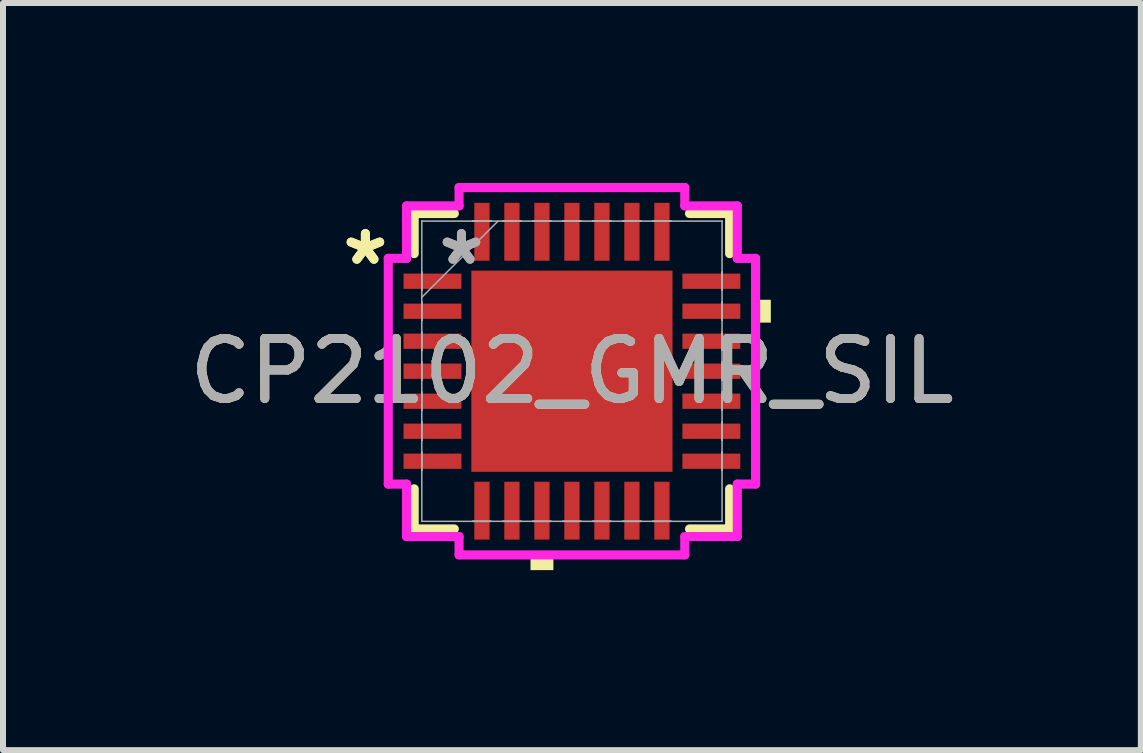
<source format=kicad_pcb>
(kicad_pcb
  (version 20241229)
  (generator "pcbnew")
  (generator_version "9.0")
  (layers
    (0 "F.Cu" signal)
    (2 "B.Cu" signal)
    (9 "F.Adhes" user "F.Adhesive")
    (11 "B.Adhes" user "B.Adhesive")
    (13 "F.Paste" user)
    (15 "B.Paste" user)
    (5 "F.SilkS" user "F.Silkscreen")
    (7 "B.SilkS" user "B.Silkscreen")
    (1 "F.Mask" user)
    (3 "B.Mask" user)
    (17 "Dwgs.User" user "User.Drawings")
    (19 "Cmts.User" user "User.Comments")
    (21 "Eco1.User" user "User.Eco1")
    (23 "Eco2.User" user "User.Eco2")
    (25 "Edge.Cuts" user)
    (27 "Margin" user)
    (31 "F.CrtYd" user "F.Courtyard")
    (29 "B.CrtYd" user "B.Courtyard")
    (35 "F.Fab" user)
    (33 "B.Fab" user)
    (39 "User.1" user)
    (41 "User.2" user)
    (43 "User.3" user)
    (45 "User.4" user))
  (footprint "CP2102_GMR_SIL"
    (layer "F.Cu")
    (at 6.482 3.137)
    (property "Reference" "CP2102_GMR_SIL" (at 0 0 0) (unlocked yes) (layer "F.SilkS") (effects (font (size 1 1) (thickness 0.15))))
    (attr smd)
    (fp_line (start -2.629 -2.629) (end -2.629 -1.96) (stroke (width 0.152) (type solid)) (layer "F.SilkS"))
    (fp_line (start -2.629 1.96) (end -2.629 2.629) (stroke (width 0.152) (type solid)) (layer "F.SilkS"))
    (fp_line (start -2.629 2.629) (end -1.96 2.629) (stroke (width 0.152) (type solid)) (layer "F.SilkS"))
    (fp_line (start -1.96 -2.629) (end -2.629 -2.629) (stroke (width 0.152) (type solid)) (layer "F.SilkS"))
    (fp_line (start 1.96 2.629) (end 2.629 2.629) (stroke (width 0.152) (type solid)) (layer "F.SilkS"))
    (fp_line (start 2.629 -2.629) (end 1.96 -2.629) (stroke (width 0.152) (type solid)) (layer "F.SilkS"))
    (fp_line (start 2.629 -1.96) (end 2.629 -2.629) (stroke (width 0.152) (type solid)) (layer "F.SilkS"))
    (fp_line (start 2.629 2.629) (end 2.629 1.96) (stroke (width 0.152) (type solid)) (layer "F.SilkS"))
    (fp_poly (pts (xy -0.69 3.061) (xy -0.69 3.315) (xy -0.309 3.315) (xy -0.309 3.061)) (stroke (width 0) (type solid)) (fill yes) (layer "F.SilkS"))
    (fp_poly (pts (xy 3.315 -1.191) (xy 3.315 -0.81) (xy 3.061 -0.81) (xy 3.061 -1.191)) (stroke (width 0) (type solid)) (fill yes) (layer "F.SilkS"))
    (fp_poly (pts (xy -1.576 -1.576) (xy -1.576 -0.1) (xy -0.1 -0.1) (xy -0.1 -1.576)) (stroke (width 0) (type solid)) (fill yes) (layer "F.Paste"))
    (fp_poly (pts (xy -1.576 0.1) (xy -1.576 1.576) (xy -0.1 1.576) (xy -0.1 0.1)) (stroke (width 0) (type solid)) (fill yes) (layer "F.Paste"))
    (fp_poly (pts (xy 0.1 -1.576) (xy 0.1 -0.1) (xy 1.576 -0.1) (xy 1.576 -1.576)) (stroke (width 0) (type solid)) (fill yes) (layer "F.Paste"))
    (fp_poly (pts (xy 0.1 0.1) (xy 0.1 1.576) (xy 1.576 1.576) (xy 1.576 0.1)) (stroke (width 0) (type solid)) (fill yes) (layer "F.Paste"))
    (fp_line (start -3.061 -1.881) (end -2.756 -1.881) (stroke (width 0.152) (type solid)) (layer "F.CrtYd"))
    (fp_line (start -3.061 1.881) (end -3.061 -1.881) (stroke (width 0.152) (type solid)) (layer "F.CrtYd"))
    (fp_line (start -2.756 -2.756) (end -1.881 -2.756) (stroke (width 0.152) (type solid)) (layer "F.CrtYd"))
    (fp_line (start -2.756 -1.881) (end -2.756 -2.756) (stroke (width 0.152) (type solid)) (layer "F.CrtYd"))
    (fp_line (start -2.756 1.881) (end -3.061 1.881) (stroke (width 0.152) (type solid)) (layer "F.CrtYd"))
    (fp_line (start -2.756 2.756) (end -2.756 1.881) (stroke (width 0.152) (type solid)) (layer "F.CrtYd"))
    (fp_line (start -1.881 -3.061) (end 1.881 -3.061) (stroke (width 0.152) (type solid)) (layer "F.CrtYd"))
    (fp_line (start -1.881 -2.756) (end -1.881 -3.061) (stroke (width 0.152) (type solid)) (layer "F.CrtYd"))
    (fp_line (start -1.881 2.756) (end -2.756 2.756) (stroke (width 0.152) (type solid)) (layer "F.CrtYd"))
    (fp_line (start -1.881 3.061) (end -1.881 2.756) (stroke (width 0.152) (type solid)) (layer "F.CrtYd"))
    (fp_line (start 1.881 -3.061) (end 1.881 -2.756) (stroke (width 0.152) (type solid)) (layer "F.CrtYd"))
    (fp_line (start 1.881 -2.756) (end 2.756 -2.756) (stroke (width 0.152) (type solid)) (layer "F.CrtYd"))
    (fp_line (start 1.881 2.756) (end 1.881 3.061) (stroke (width 0.152) (type solid)) (layer "F.CrtYd"))
    (fp_line (start 1.881 3.061) (end -1.881 3.061) (stroke (width 0.152) (type solid)) (layer "F.CrtYd"))
    (fp_line (start 2.756 -2.756) (end 2.756 -1.881) (stroke (width 0.152) (type solid)) (layer "F.CrtYd"))
    (fp_line (start 2.756 -1.881) (end 3.061 -1.881) (stroke (width 0.152) (type solid)) (layer "F.CrtYd"))
    (fp_line (start 2.756 1.881) (end 2.756 2.756) (stroke (width 0.152) (type solid)) (layer "F.CrtYd"))
    (fp_line (start 2.756 2.756) (end 1.881 2.756) (stroke (width 0.152) (type solid)) (layer "F.CrtYd"))
    (fp_line (start 3.061 -1.881) (end 3.061 1.881) (stroke (width 0.152) (type solid)) (layer "F.CrtYd"))
    (fp_line (start 3.061 1.881) (end 2.756 1.881) (stroke (width 0.152) (type solid)) (layer "F.CrtYd"))
    (fp_line (start -2.502 -2.502) (end -2.502 -2.502) (stroke (width 0.025) (type solid)) (layer "F.Fab"))
    (fp_line (start -2.502 -2.502) (end -2.502 2.502) (stroke (width 0.025) (type solid)) (layer "F.Fab"))
    (fp_line (start -2.502 -1.652) (end -2.502 -1.652) (stroke (width 0.025) (type solid)) (layer "F.Fab"))
    (fp_line (start -2.502 -1.652) (end -2.502 -1.348) (stroke (width 0.025) (type solid)) (layer "F.Fab"))
    (fp_line (start -2.502 -1.348) (end -2.502 -1.652) (stroke (width 0.025) (type solid)) (layer "F.Fab"))
    (fp_line (start -2.502 -1.348) (end -2.502 -1.348) (stroke (width 0.025) (type solid)) (layer "F.Fab"))
    (fp_line (start -2.502 -1.232) (end -1.232 -2.502) (stroke (width 0.025) (type solid)) (layer "F.Fab"))
    (fp_line (start -2.502 -1.152) (end -2.502 -1.152) (stroke (width 0.025) (type solid)) (layer "F.Fab"))
    (fp_line (start -2.502 -1.152) (end -2.502 -0.848) (stroke (width 0.025) (type solid)) (layer "F.Fab"))
    (fp_line (start -2.502 -0.848) (end -2.502 -1.152) (stroke (width 0.025) (type solid)) (layer "F.Fab"))
    (fp_line (start -2.502 -0.848) (end -2.502 -0.848) (stroke (width 0.025) (type solid)) (layer "F.Fab"))
    (fp_line (start -2.502 -0.652) (end -2.502 -0.652) (stroke (width 0.025) (type solid)) (layer "F.Fab"))
    (fp_line (start -2.502 -0.652) (end -2.502 -0.348) (stroke (width 0.025) (type solid)) (layer "F.Fab"))
    (fp_line (start -2.502 -0.348) (end -2.502 -0.652) (stroke (width 0.025) (type solid)) (layer "F.Fab"))
    (fp_line (start -2.502 -0.348) (end -2.502 -0.348) (stroke (width 0.025) (type solid)) (layer "F.Fab"))
    (fp_line (start -2.502 -0.152) (end -2.502 -0.152) (stroke (width 0.025) (type solid)) (layer "F.Fab"))
    (fp_line (start -2.502 -0.152) (end -2.502 0.152) (stroke (width 0.025) (type solid)) (layer "F.Fab"))
    (fp_line (start -2.502 0.152) (end -2.502 -0.152) (stroke (width 0.025) (type solid)) (layer "F.Fab"))
    (fp_line (start -2.502 0.152) (end -2.502 0.152) (stroke (width 0.025) (type solid)) (layer "F.Fab"))
    (fp_line (start -2.502 0.348) (end -2.502 0.348) (stroke (width 0.025) (type solid)) (layer "F.Fab"))
    (fp_line (start -2.502 0.348) (end -2.502 0.652) (stroke (width 0.025) (type solid)) (layer "F.Fab"))
    (fp_line (start -2.502 0.652) (end -2.502 0.348) (stroke (width 0.025) (type solid)) (layer "F.Fab"))
    (fp_line (start -2.502 0.652) (end -2.502 0.652) (stroke (width 0.025) (type solid)) (layer "F.Fab"))
    (fp_line (start -2.502 0.848) (end -2.502 0.848) (stroke (width 0.025) (type solid)) (layer "F.Fab"))
    (fp_line (start -2.502 0.848) (end -2.502 1.152) (stroke (width 0.025) (type solid)) (layer "F.Fab"))
    (fp_line (start -2.502 1.152) (end -2.502 0.848) (stroke (width 0.025) (type solid)) (layer "F.Fab"))
    (fp_line (start -2.502 1.152) (end -2.502 1.152) (stroke (width 0.025) (type solid)) (layer "F.Fab"))
    (fp_line (start -2.502 1.348) (end -2.502 1.348) (stroke (width 0.025) (type solid)) (layer "F.Fab"))
    (fp_line (start -2.502 1.348) (end -2.502 1.652) (stroke (width 0.025) (type solid)) (layer "F.Fab"))
    (fp_line (start -2.502 1.652) (end -2.502 1.348) (stroke (width 0.025) (type solid)) (layer "F.Fab"))
    (fp_line (start -2.502 1.652) (end -2.502 1.652) (stroke (width 0.025) (type solid)) (layer "F.Fab"))
    (fp_line (start -2.502 2.502) (end -2.502 2.502) (stroke (width 0.025) (type solid)) (layer "F.Fab"))
    (fp_line (start -2.502 2.502) (end 2.502 2.502) (stroke (width 0.025) (type solid)) (layer "F.Fab"))
    (fp_line (start -1.652 -2.502) (end -1.652 -2.502) (stroke (width 0.025) (type solid)) (layer "F.Fab"))
    (fp_line (start -1.652 -2.502) (end -1.348 -2.502) (stroke (width 0.025) (type solid)) (layer "F.Fab"))
    (fp_line (start -1.652 2.502) (end -1.652 2.502) (stroke (width 0.025) (type solid)) (layer "F.Fab"))
    (fp_line (start -1.652 2.502) (end -1.348 2.502) (stroke (width 0.025) (type solid)) (layer "F.Fab"))
    (fp_line (start -1.348 -2.502) (end -1.652 -2.502) (stroke (width 0.025) (type solid)) (layer "F.Fab"))
    (fp_line (start -1.348 -2.502) (end -1.348 -2.502) (stroke (width 0.025) (type solid)) (layer "F.Fab"))
    (fp_line (start -1.348 2.502) (end -1.652 2.502) (stroke (width 0.025) (type solid)) (layer "F.Fab"))
    (fp_line (start -1.348 2.502) (end -1.348 2.502) (stroke (width 0.025) (type solid)) (layer "F.Fab"))
    (fp_line (start -1.152 -2.502) (end -1.152 -2.502) (stroke (width 0.025) (type solid)) (layer "F.Fab"))
    (fp_line (start -1.152 -2.502) (end -0.848 -2.502) (stroke (width 0.025) (type solid)) (layer "F.Fab"))
    (fp_line (start -1.152 2.502) (end -1.152 2.502) (stroke (width 0.025) (type solid)) (layer "F.Fab"))
    (fp_line (start -1.152 2.502) (end -0.848 2.502) (stroke (width 0.025) (type solid)) (layer "F.Fab"))
    (fp_line (start -0.848 -2.502) (end -1.152 -2.502) (stroke (width 0.025) (type solid)) (layer "F.Fab"))
    (fp_line (start -0.848 -2.502) (end -0.848 -2.502) (stroke (width 0.025) (type solid)) (layer "F.Fab"))
    (fp_line (start -0.848 2.502) (end -1.152 2.502) (stroke (width 0.025) (type solid)) (layer "F.Fab"))
    (fp_line (start -0.848 2.502) (end -0.848 2.502) (stroke (width 0.025) (type solid)) (layer "F.Fab"))
    (fp_line (start -0.652 -2.502) (end -0.652 -2.502) (stroke (width 0.025) (type solid)) (layer "F.Fab"))
    (fp_line (start -0.652 -2.502) (end -0.348 -2.502) (stroke (width 0.025) (type solid)) (layer "F.Fab"))
    (fp_line (start -0.652 2.502) (end -0.652 2.502) (stroke (width 0.025) (type solid)) (layer "F.Fab"))
    (fp_line (start -0.652 2.502) (end -0.348 2.502) (stroke (width 0.025) (type solid)) (layer "F.Fab"))
    (fp_line (start -0.348 -2.502) (end -0.652 -2.502) (stroke (width 0.025) (type solid)) (layer "F.Fab"))
    (fp_line (start -0.348 -2.502) (end -0.348 -2.502) (stroke (width 0.025) (type solid)) (layer "F.Fab"))
    (fp_line (start -0.348 2.502) (end -0.652 2.502) (stroke (width 0.025) (type solid)) (layer "F.Fab"))
    (fp_line (start -0.348 2.502) (end -0.348 2.502) (stroke (width 0.025) (type solid)) (layer "F.Fab"))
    (fp_line (start -0.152 -2.502) (end -0.152 -2.502) (stroke (width 0.025) (type solid)) (layer "F.Fab"))
    (fp_line (start -0.152 -2.502) (end 0.152 -2.502) (stroke (width 0.025) (type solid)) (layer "F.Fab"))
    (fp_line (start -0.152 2.502) (end -0.152 2.502) (stroke (width 0.025) (type solid)) (layer "F.Fab"))
    (fp_line (start -0.152 2.502) (end 0.152 2.502) (stroke (width 0.025) (type solid)) (layer "F.Fab"))
    (fp_line (start 0.152 -2.502) (end -0.152 -2.502) (stroke (width 0.025) (type solid)) (layer "F.Fab"))
    (fp_line (start 0.152 -2.502) (end 0.152 -2.502) (stroke (width 0.025) (type solid)) (layer "F.Fab"))
    (fp_line (start 0.152 2.502) (end -0.152 2.502) (stroke (width 0.025) (type solid)) (layer "F.Fab"))
    (fp_line (start 0.152 2.502) (end 0.152 2.502) (stroke (width 0.025) (type solid)) (layer "F.Fab"))
    (fp_line (start 0.348 -2.502) (end 0.348 -2.502) (stroke (width 0.025) (type solid)) (layer "F.Fab"))
    (fp_line (start 0.348 -2.502) (end 0.652 -2.502) (stroke (width 0.025) (type solid)) (layer "F.Fab"))
    (fp_line (start 0.348 2.502) (end 0.348 2.502) (stroke (width 0.025) (type solid)) (layer "F.Fab"))
    (fp_line (start 0.348 2.502) (end 0.652 2.502) (stroke (width 0.025) (type solid)) (layer "F.Fab"))
    (fp_line (start 0.652 -2.502) (end 0.348 -2.502) (stroke (width 0.025) (type solid)) (layer "F.Fab"))
    (fp_line (start 0.652 -2.502) (end 0.652 -2.502) (stroke (width 0.025) (type solid)) (layer "F.Fab"))
    (fp_line (start 0.652 2.502) (end 0.348 2.502) (stroke (width 0.025) (type solid)) (layer "F.Fab"))
    (fp_line (start 0.652 2.502) (end 0.652 2.502) (stroke (width 0.025) (type solid)) (layer "F.Fab"))
    (fp_line (start 0.848 -2.502) (end 0.848 -2.502) (stroke (width 0.025) (type solid)) (layer "F.Fab"))
    (fp_line (start 0.848 -2.502) (end 1.152 -2.502) (stroke (width 0.025) (type solid)) (layer "F.Fab"))
    (fp_line (start 0.848 2.502) (end 0.848 2.502) (stroke (width 0.025) (type solid)) (layer "F.Fab"))
    (fp_line (start 0.848 2.502) (end 1.152 2.502) (stroke (width 0.025) (type solid)) (layer "F.Fab"))
    (fp_line (start 1.152 -2.502) (end 0.848 -2.502) (stroke (width 0.025) (type solid)) (layer "F.Fab"))
    (fp_line (start 1.152 -2.502) (end 1.152 -2.502) (stroke (width 0.025) (type solid)) (layer "F.Fab"))
    (fp_line (start 1.152 2.502) (end 0.848 2.502) (stroke (width 0.025) (type solid)) (layer "F.Fab"))
    (fp_line (start 1.152 2.502) (end 1.152 2.502) (stroke (width 0.025) (type solid)) (layer "F.Fab"))
    (fp_line (start 1.348 -2.502) (end 1.348 -2.502) (stroke (width 0.025) (type solid)) (layer "F.Fab"))
    (fp_line (start 1.348 -2.502) (end 1.652 -2.502) (stroke (width 0.025) (type solid)) (layer "F.Fab"))
    (fp_line (start 1.348 2.502) (end 1.348 2.502) (stroke (width 0.025) (type solid)) (layer "F.Fab"))
    (fp_line (start 1.348 2.502) (end 1.652 2.502) (stroke (width 0.025) (type solid)) (layer "F.Fab"))
    (fp_line (start 1.652 -2.502) (end 1.348 -2.502) (stroke (width 0.025) (type solid)) (layer "F.Fab"))
    (fp_line (start 1.652 -2.502) (end 1.652 -2.502) (stroke (width 0.025) (type solid)) (layer "F.Fab"))
    (fp_line (start 1.652 2.502) (end 1.348 2.502) (stroke (width 0.025) (type solid)) (layer "F.Fab"))
    (fp_line (start 1.652 2.502) (end 1.652 2.502) (stroke (width 0.025) (type solid)) (layer "F.Fab"))
    (fp_line (start 2.502 -2.502) (end -2.502 -2.502) (stroke (width 0.025) (type solid)) (layer "F.Fab"))
    (fp_line (start 2.502 -2.502) (end 2.502 -2.502) (stroke (width 0.025) (type solid)) (layer "F.Fab"))
    (fp_line (start 2.502 -1.652) (end 2.502 -1.652) (stroke (width 0.025) (type solid)) (layer "F.Fab"))
    (fp_line (start 2.502 -1.652) (end 2.502 -1.348) (stroke (width 0.025) (type solid)) (layer "F.Fab"))
    (fp_line (start 2.502 -1.348) (end 2.502 -1.652) (stroke (width 0.025) (type solid)) (layer "F.Fab"))
    (fp_line (start 2.502 -1.348) (end 2.502 -1.348) (stroke (width 0.025) (type solid)) (layer "F.Fab"))
    (fp_line (start 2.502 -1.152) (end 2.502 -1.152) (stroke (width 0.025) (type solid)) (layer "F.Fab"))
    (fp_line (start 2.502 -1.152) (end 2.502 -0.848) (stroke (width 0.025) (type solid)) (layer "F.Fab"))
    (fp_line (start 2.502 -0.848) (end 2.502 -1.152) (stroke (width 0.025) (type solid)) (layer "F.Fab"))
    (fp_line (start 2.502 -0.848) (end 2.502 -0.848) (stroke (width 0.025) (type solid)) (layer "F.Fab"))
    (fp_line (start 2.502 -0.652) (end 2.502 -0.652) (stroke (width 0.025) (type solid)) (layer "F.Fab"))
    (fp_line (start 2.502 -0.652) (end 2.502 -0.348) (stroke (width 0.025) (type solid)) (layer "F.Fab"))
    (fp_line (start 2.502 -0.348) (end 2.502 -0.652) (stroke (width 0.025) (type solid)) (layer "F.Fab"))
    (fp_line (start 2.502 -0.348) (end 2.502 -0.348) (stroke (width 0.025) (type solid)) (layer "F.Fab"))
    (fp_line (start 2.502 -0.152) (end 2.502 -0.152) (stroke (width 0.025) (type solid)) (layer "F.Fab"))
    (fp_line (start 2.502 -0.152) (end 2.502 0.152) (stroke (width 0.025) (type solid)) (layer "F.Fab"))
    (fp_line (start 2.502 0.152) (end 2.502 -0.152) (stroke (width 0.025) (type solid)) (layer "F.Fab"))
    (fp_line (start 2.502 0.152) (end 2.502 0.152) (stroke (width 0.025) (type solid)) (layer "F.Fab"))
    (fp_line (start 2.502 0.348) (end 2.502 0.348) (stroke (width 0.025) (type solid)) (layer "F.Fab"))
    (fp_line (start 2.502 0.348) (end 2.502 0.652) (stroke (width 0.025) (type solid)) (layer "F.Fab"))
    (fp_line (start 2.502 0.652) (end 2.502 0.348) (stroke (width 0.025) (type solid)) (layer "F.Fab"))
    (fp_line (start 2.502 0.652) (end 2.502 0.652) (stroke (width 0.025) (type solid)) (layer "F.Fab"))
    (fp_line (start 2.502 0.848) (end 2.502 0.848) (stroke (width 0.025) (type solid)) (layer "F.Fab"))
    (fp_line (start 2.502 0.848) (end 2.502 1.152) (stroke (width 0.025) (type solid)) (layer "F.Fab"))
    (fp_line (start 2.502 1.152) (end 2.502 0.848) (stroke (width 0.025) (type solid)) (layer "F.Fab"))
    (fp_line (start 2.502 1.152) (end 2.502 1.152) (stroke (width 0.025) (type solid)) (layer "F.Fab"))
    (fp_line (start 2.502 1.348) (end 2.502 1.348) (stroke (width 0.025) (type solid)) (layer "F.Fab"))
    (fp_line (start 2.502 1.348) (end 2.502 1.652) (stroke (width 0.025) (type solid)) (layer "F.Fab"))
    (fp_line (start 2.502 1.652) (end 2.502 1.348) (stroke (width 0.025) (type solid)) (layer "F.Fab"))
    (fp_line (start 2.502 1.652) (end 2.502 1.652) (stroke (width 0.025) (type solid)) (layer "F.Fab"))
    (fp_line (start 2.502 2.502) (end 2.502 -2.502) (stroke (width 0.025) (type solid)) (layer "F.Fab"))
    (fp_line (start 2.502 2.502) (end 2.502 2.502) (stroke (width 0.025) (type solid)) (layer "F.Fab"))
    (fp_text user "*" (at -3.442 -1.75 0) (layer "F.SilkS") (effects (font (size 1 1) (thickness 0.15))))
    (fp_text user "*" (at -3.442 -1.75 0) (unlocked yes) (layer "F.SilkS") (effects (font (size 1 1) (thickness 0.15))))
    (fp_text user "*" (at -1.841 -1.75 0) (layer "F.Fab") (effects (font (size 1 1) (thickness 0.15))))
    (fp_text user "*" (at -1.841 -1.75 0) (unlocked yes) (layer "F.Fab") (effects (font (size 1 1) (thickness 0.15))))
    (fp_text user "${REFERENCE}" (at 0 0 0) (unlocked yes) (layer "F.Fab") (effects (font (size 1 1) (thickness 0.15))))
    (pad "1" smd rect (at -2.324 -1.5 90) (size 0.254 0.965) (layers "F.Cu" "F.Mask" "F.Paste"))
    (pad "2" smd rect (at -2.324 -1 90) (size 0.254 0.965) (layers "F.Cu" "F.Mask" "F.Paste"))
    (pad "3" smd rect (at -2.324 -0.5 90) (size 0.254 0.965) (layers "F.Cu" "F.Mask" "F.Paste"))
    (pad "4" smd rect (at -2.324 0 90) (size 0.254 0.965) (layers "F.Cu" "F.Mask" "F.Paste"))
    (pad "5" smd rect (at -2.324 0.5 90) (size 0.254 0.965) (layers "F.Cu" "F.Mask" "F.Paste"))
    (pad "6" smd rect (at -2.324 1 90) (size 0.254 0.965) (layers "F.Cu" "F.Mask" "F.Paste"))
    (pad "7" smd rect (at -2.324 1.5 90) (size 0.254 0.965) (layers "F.Cu" "F.Mask" "F.Paste"))
    (pad "8" smd rect (at -1.5 2.324) (size 0.254 0.965) (layers "F.Cu" "F.Mask" "F.Paste"))
    (pad "9" smd rect (at -1 2.324) (size 0.254 0.965) (layers "F.Cu" "F.Mask" "F.Paste"))
    (pad "10" smd rect (at -0.5 2.324) (size 0.254 0.965) (layers "F.Cu" "F.Mask" "F.Paste"))
    (pad "11" smd rect (at 0 2.324) (size 0.254 0.965) (layers "F.Cu" "F.Mask" "F.Paste"))
    (pad "12" smd rect (at 0.5 2.324) (size 0.254 0.965) (layers "F.Cu" "F.Mask" "F.Paste"))
    (pad "13" smd rect (at 1 2.324) (size 0.254 0.965) (layers "F.Cu" "F.Mask" "F.Paste"))
    (pad "14" smd rect (at 1.5 2.324) (size 0.254 0.965) (layers "F.Cu" "F.Mask" "F.Paste"))
    (pad "15" smd rect (at 2.324 1.5 90) (size 0.254 0.965) (layers "F.Cu" "F.Mask" "F.Paste"))
    (pad "16" smd rect (at 2.324 1 90) (size 0.254 0.965) (layers "F.Cu" "F.Mask" "F.Paste"))
    (pad "17" smd rect (at 2.324 0.5 90) (size 0.254 0.965) (layers "F.Cu" "F.Mask" "F.Paste"))
    (pad "18" smd rect (at 2.324 0 90) (size 0.254 0.965) (layers "F.Cu" "F.Mask" "F.Paste"))
    (pad "19" smd rect (at 2.324 -0.5 90) (size 0.254 0.965) (layers "F.Cu" "F.Mask" "F.Paste"))
    (pad "20" smd rect (at 2.324 -1 90) (size 0.254 0.965) (layers "F.Cu" "F.Mask" "F.Paste"))
    (pad "21" smd rect (at 2.324 -1.5 90) (size 0.254 0.965) (layers "F.Cu" "F.Mask" "F.Paste"))
    (pad "22" smd rect (at 1.5 -2.324) (size 0.254 0.965) (layers "F.Cu" "F.Mask" "F.Paste"))
    (pad "23" smd rect (at 1 -2.324) (size 0.254 0.965) (layers "F.Cu" "F.Mask" "F.Paste"))
    (pad "24" smd rect (at 0.5 -2.324) (size 0.254 0.965) (layers "F.Cu" "F.Mask" "F.Paste"))
    (pad "25" smd rect (at 0 -2.324) (size 0.254 0.965) (layers "F.Cu" "F.Mask" "F.Paste"))
    (pad "26" smd rect (at -0.5 -2.324) (size 0.254 0.965) (layers "F.Cu" "F.Mask" "F.Paste"))
    (pad "27" smd rect (at -1 -2.324) (size 0.254 0.965) (layers "F.Cu" "F.Mask" "F.Paste"))
    (pad "28" smd rect (at -1.5 -2.324) (size 0.254 0.965) (layers "F.Cu" "F.Mask" "F.Paste"))
    (pad "29" smd rect (at 0 0) (size 3.353 3.353) (layers "F.Cu" "F.Mask" "F.Paste")))
  (gr_rect
    (start -3 -3)
    (end 15.964 9.452)
    (stroke (width 0.1) (type default))
    (fill no)
    (layer "Edge.Cuts")))
</source>
